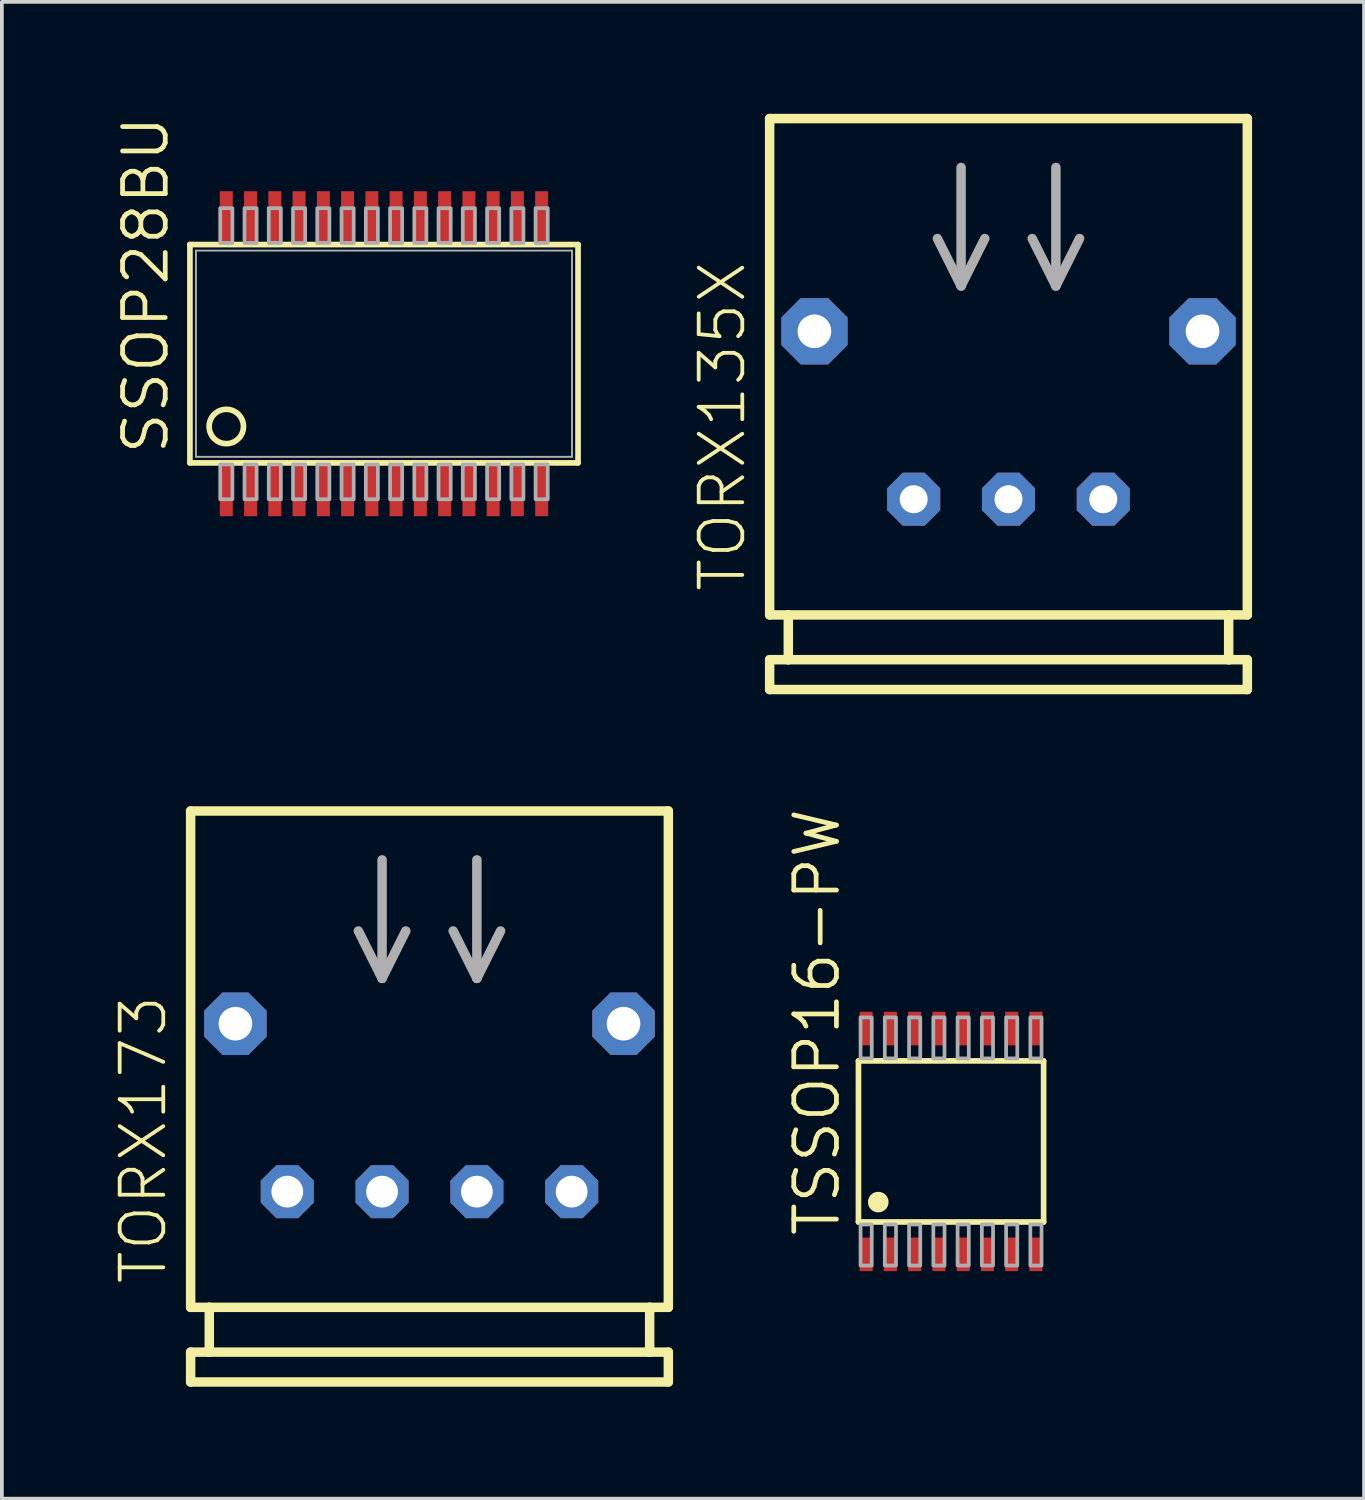
<source format=kicad_pcb>
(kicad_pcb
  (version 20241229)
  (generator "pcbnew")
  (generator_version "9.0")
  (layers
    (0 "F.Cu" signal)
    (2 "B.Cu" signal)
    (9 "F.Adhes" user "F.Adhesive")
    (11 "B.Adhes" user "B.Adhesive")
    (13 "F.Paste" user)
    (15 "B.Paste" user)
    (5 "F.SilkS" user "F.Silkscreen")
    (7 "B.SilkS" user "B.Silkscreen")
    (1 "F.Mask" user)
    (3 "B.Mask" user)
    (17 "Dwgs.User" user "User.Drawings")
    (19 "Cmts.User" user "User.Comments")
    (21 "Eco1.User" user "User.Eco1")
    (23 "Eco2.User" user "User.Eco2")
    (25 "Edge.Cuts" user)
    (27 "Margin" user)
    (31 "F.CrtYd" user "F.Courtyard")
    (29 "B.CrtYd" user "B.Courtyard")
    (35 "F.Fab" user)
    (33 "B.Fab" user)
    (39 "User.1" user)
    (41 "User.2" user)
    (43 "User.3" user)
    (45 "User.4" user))
  (footprint "TSSOP16-PW"
    (layer "F.Cu")
    (at 22.434 27.536)
    (property "Reference" "TSSOP16-PW" (at -2.925 2.6 90) (unlocked yes) (layer "F.SilkS") (effects (font (size 1.143 1.143) (thickness 0.127)) (justify left bottom)))
    (fp_line (start -2.481 -2.158) (end -2.481 2.158) (stroke (width 0.152) (type solid)) (layer "F.SilkS"))
    (fp_line (start -2.481 2.158) (end 2.48 2.158) (stroke (width 0.152) (type solid)) (layer "F.SilkS"))
    (fp_line (start 2.48 -2.158) (end -2.481 -2.158) (stroke (width 0.152) (type solid)) (layer "F.SilkS"))
    (fp_line (start 2.48 2.158) (end 2.48 -2.158) (stroke (width 0.152) (type solid)) (layer "F.SilkS"))
    (fp_circle (center -1.95 1.625) (end -1.812 1.625) (stroke (width 0.276) (type solid)) (fill yes) (layer "F.SilkS"))
    (fp_poly (pts (xy -2.425 3.325) (xy -2.125 3.325) (xy -2.125 2.225) (xy -2.425 2.225)) (stroke (width 0.1) (type default)) (fill no) (layer "F.Fab"))
    (fp_poly (pts (xy -2.125 -3.325) (xy -2.425 -3.325) (xy -2.425 -2.225) (xy -2.125 -2.225)) (stroke (width 0.1) (type default)) (fill no) (layer "F.Fab"))
    (fp_poly (pts (xy -1.775 3.325) (xy -1.475 3.325) (xy -1.475 2.225) (xy -1.775 2.225)) (stroke (width 0.1) (type default)) (fill no) (layer "F.Fab"))
    (fp_poly (pts (xy -1.475 -3.325) (xy -1.775 -3.325) (xy -1.775 -2.225) (xy -1.475 -2.225)) (stroke (width 0.1) (type default)) (fill no) (layer "F.Fab"))
    (fp_poly (pts (xy -1.125 3.325) (xy -0.825 3.325) (xy -0.825 2.225) (xy -1.125 2.225)) (stroke (width 0.1) (type default)) (fill no) (layer "F.Fab"))
    (fp_poly (pts (xy -0.825 -3.325) (xy -1.125 -3.325) (xy -1.125 -2.225) (xy -0.825 -2.225)) (stroke (width 0.1) (type default)) (fill no) (layer "F.Fab"))
    (fp_poly (pts (xy -0.475 3.325) (xy -0.175 3.325) (xy -0.175 2.225) (xy -0.475 2.225)) (stroke (width 0.1) (type default)) (fill no) (layer "F.Fab"))
    (fp_poly (pts (xy -0.175 -3.325) (xy -0.475 -3.325) (xy -0.475 -2.225) (xy -0.175 -2.225)) (stroke (width 0.1) (type default)) (fill no) (layer "F.Fab"))
    (fp_poly (pts (xy 0.175 3.325) (xy 0.475 3.325) (xy 0.475 2.225) (xy 0.175 2.225)) (stroke (width 0.1) (type default)) (fill no) (layer "F.Fab"))
    (fp_poly (pts (xy 0.475 -3.325) (xy 0.175 -3.325) (xy 0.175 -2.225) (xy 0.475 -2.225)) (stroke (width 0.1) (type default)) (fill no) (layer "F.Fab"))
    (fp_poly (pts (xy 0.825 3.325) (xy 1.125 3.325) (xy 1.125 2.225) (xy 0.825 2.225)) (stroke (width 0.1) (type default)) (fill no) (layer "F.Fab"))
    (fp_poly (pts (xy 1.125 -3.325) (xy 0.825 -3.325) (xy 0.825 -2.225) (xy 1.125 -2.225)) (stroke (width 0.1) (type default)) (fill no) (layer "F.Fab"))
    (fp_poly (pts (xy 1.475 3.325) (xy 1.775 3.325) (xy 1.775 2.225) (xy 1.475 2.225)) (stroke (width 0.1) (type default)) (fill no) (layer "F.Fab"))
    (fp_poly (pts (xy 1.775 -3.325) (xy 1.475 -3.325) (xy 1.475 -2.225) (xy 1.775 -2.225)) (stroke (width 0.1) (type default)) (fill no) (layer "F.Fab"))
    (fp_poly (pts (xy 2.125 3.325) (xy 2.425 3.325) (xy 2.425 2.225) (xy 2.125 2.225)) (stroke (width 0.1) (type default)) (fill no) (layer "F.Fab"))
    (fp_poly (pts (xy 2.425 -3.325) (xy 2.125 -3.325) (xy 2.125 -2.225) (xy 2.425 -2.225)) (stroke (width 0.1) (type default)) (fill no) (layer "F.Fab"))
    (pad "1" smd rect (at -2.275 3.025) (size 0.35 0.9) (layers "F.Cu" "F.Mask" "F.Paste"))
    (pad "2" smd rect (at -1.625 3.025) (size 0.35 0.9) (layers "F.Cu" "F.Mask" "F.Paste"))
    (pad "3" smd rect (at -0.975 3.025) (size 0.35 0.9) (layers "F.Cu" "F.Mask" "F.Paste"))
    (pad "4" smd rect (at -0.325 3.025) (size 0.35 0.9) (layers "F.Cu" "F.Mask" "F.Paste"))
    (pad "5" smd rect (at 0.325 3.025) (size 0.35 0.9) (layers "F.Cu" "F.Mask" "F.Paste"))
    (pad "6" smd rect (at 0.975 3.025) (size 0.35 0.9) (layers "F.Cu" "F.Mask" "F.Paste"))
    (pad "7" smd rect (at 1.625 3.025) (size 0.35 0.9) (layers "F.Cu" "F.Mask" "F.Paste"))
    (pad "8" smd rect (at 2.275 3.025) (size 0.35 0.9) (layers "F.Cu" "F.Mask" "F.Paste"))
    (pad "9" smd rect (at 2.275 -3.025 180) (size 0.35 0.9) (layers "F.Cu" "F.Mask" "F.Paste"))
    (pad "10" smd rect (at 1.625 -3.025 180) (size 0.35 0.9) (layers "F.Cu" "F.Mask" "F.Paste"))
    (pad "11" smd rect (at 0.975 -3.025 180) (size 0.35 0.9) (layers "F.Cu" "F.Mask" "F.Paste"))
    (pad "12" smd rect (at 0.325 -3.025 180) (size 0.35 0.9) (layers "F.Cu" "F.Mask" "F.Paste"))
    (pad "13" smd rect (at -0.325 -3.025 180) (size 0.35 0.9) (layers "F.Cu" "F.Mask" "F.Paste"))
    (pad "14" smd rect (at -0.975 -3.025 180) (size 0.35 0.9) (layers "F.Cu" "F.Mask" "F.Paste"))
    (pad "15" smd rect (at -1.625 -3.025 180) (size 0.35 0.9) (layers "F.Cu" "F.Mask" "F.Paste"))
    (pad "16" smd rect (at -2.275 -3.025 180) (size 0.35 0.9) (layers "F.Cu" "F.Mask" "F.Paste")))
  (footprint "SSOP28BU"
    (layer "F.Cu")
    (at 7.239 6.428)
    (property "Reference" "SSOP28BU" (at -5.715 2.76 90) (unlocked yes) (layer "F.SilkS") (effects (font (size 1.143 1.143) (thickness 0.127)) (justify left bottom)))
    (fp_line (start -5.2 -2.925) (end 5.2 -2.925) (stroke (width 0.152) (type solid)) (layer "F.SilkS"))
    (fp_line (start -5.2 2.925) (end -5.2 -2.925) (stroke (width 0.152) (type solid)) (layer "F.SilkS"))
    (fp_line (start 5.2 -2.925) (end 5.2 2.925) (stroke (width 0.152) (type solid)) (layer "F.SilkS"))
    (fp_line (start 5.2 2.925) (end -5.2 2.925) (stroke (width 0.152) (type solid)) (layer "F.SilkS"))
    (fp_circle (center -4.225 1.95) (end -3.765 1.95) (stroke (width 0.152) (type solid)) (fill no) (layer "F.SilkS"))
    (fp_line (start -5.038 -2.763) (end 5.038 -2.763) (stroke (width 0.051) (type solid)) (layer "F.Fab"))
    (fp_line (start -5.038 2.763) (end -5.038 -2.763) (stroke (width 0.051) (type solid)) (layer "F.Fab"))
    (fp_line (start 5.038 -2.763) (end 5.038 2.763) (stroke (width 0.051) (type solid)) (layer "F.Fab"))
    (fp_line (start 5.038 2.763) (end -5.038 2.763) (stroke (width 0.051) (type solid)) (layer "F.Fab"))
    (fp_poly (pts (xy -4.388 -2.966) (xy -4.062 -2.966) (xy -4.062 -3.9) (xy -4.388 -3.9)) (stroke (width 0.1) (type default)) (fill no) (layer "F.Fab"))
    (fp_poly (pts (xy -4.388 3.9) (xy -4.062 3.9) (xy -4.062 2.966) (xy -4.388 2.966)) (stroke (width 0.1) (type default)) (fill no) (layer "F.Fab"))
    (fp_poly (pts (xy -3.737 -2.966) (xy -3.413 -2.966) (xy -3.413 -3.9) (xy -3.737 -3.9)) (stroke (width 0.1) (type default)) (fill no) (layer "F.Fab"))
    (fp_poly (pts (xy -3.737 3.9) (xy -3.413 3.9) (xy -3.413 2.966) (xy -3.737 2.966)) (stroke (width 0.1) (type default)) (fill no) (layer "F.Fab"))
    (fp_poly (pts (xy -3.087 -2.966) (xy -2.763 -2.966) (xy -2.763 -3.9) (xy -3.087 -3.9)) (stroke (width 0.1) (type default)) (fill no) (layer "F.Fab"))
    (fp_poly (pts (xy -3.087 3.9) (xy -2.763 3.9) (xy -2.763 2.966) (xy -3.087 2.966)) (stroke (width 0.1) (type default)) (fill no) (layer "F.Fab"))
    (fp_poly (pts (xy -2.438 -2.966) (xy -2.112 -2.966) (xy -2.112 -3.9) (xy -2.438 -3.9)) (stroke (width 0.1) (type default)) (fill no) (layer "F.Fab"))
    (fp_poly (pts (xy -2.438 3.9) (xy -2.112 3.9) (xy -2.112 2.966) (xy -2.438 2.966)) (stroke (width 0.1) (type default)) (fill no) (layer "F.Fab"))
    (fp_poly (pts (xy -1.788 -2.966) (xy -1.462 -2.966) (xy -1.462 -3.9) (xy -1.788 -3.9)) (stroke (width 0.1) (type default)) (fill no) (layer "F.Fab"))
    (fp_poly (pts (xy -1.788 3.9) (xy -1.462 3.9) (xy -1.462 2.966) (xy -1.788 2.966)) (stroke (width 0.1) (type default)) (fill no) (layer "F.Fab"))
    (fp_poly (pts (xy -1.137 -2.966) (xy -0.812 -2.966) (xy -0.812 -3.9) (xy -1.137 -3.9)) (stroke (width 0.1) (type default)) (fill no) (layer "F.Fab"))
    (fp_poly (pts (xy -1.137 3.9) (xy -0.812 3.9) (xy -0.812 2.966) (xy -1.137 2.966)) (stroke (width 0.1) (type default)) (fill no) (layer "F.Fab"))
    (fp_poly (pts (xy -0.487 -2.966) (xy -0.163 -2.966) (xy -0.163 -3.9) (xy -0.487 -3.9)) (stroke (width 0.1) (type default)) (fill no) (layer "F.Fab"))
    (fp_poly (pts (xy -0.487 3.9) (xy -0.163 3.9) (xy -0.163 2.966) (xy -0.487 2.966)) (stroke (width 0.1) (type default)) (fill no) (layer "F.Fab"))
    (fp_poly (pts (xy 0.163 -2.966) (xy 0.487 -2.966) (xy 0.487 -3.9) (xy 0.163 -3.9)) (stroke (width 0.1) (type default)) (fill no) (layer "F.Fab"))
    (fp_poly (pts (xy 0.163 3.9) (xy 0.487 3.9) (xy 0.487 2.966) (xy 0.163 2.966)) (stroke (width 0.1) (type default)) (fill no) (layer "F.Fab"))
    (fp_poly (pts (xy 0.812 -2.966) (xy 1.137 -2.966) (xy 1.137 -3.9) (xy 0.812 -3.9)) (stroke (width 0.1) (type default)) (fill no) (layer "F.Fab"))
    (fp_poly (pts (xy 0.812 3.9) (xy 1.137 3.9) (xy 1.137 2.966) (xy 0.812 2.966)) (stroke (width 0.1) (type default)) (fill no) (layer "F.Fab"))
    (fp_poly (pts (xy 1.462 -2.966) (xy 1.788 -2.966) (xy 1.788 -3.9) (xy 1.462 -3.9)) (stroke (width 0.1) (type default)) (fill no) (layer "F.Fab"))
    (fp_poly (pts (xy 1.462 3.9) (xy 1.788 3.9) (xy 1.788 2.966) (xy 1.462 2.966)) (stroke (width 0.1) (type default)) (fill no) (layer "F.Fab"))
    (fp_poly (pts (xy 2.112 -2.966) (xy 2.438 -2.966) (xy 2.438 -3.9) (xy 2.112 -3.9)) (stroke (width 0.1) (type default)) (fill no) (layer "F.Fab"))
    (fp_poly (pts (xy 2.112 3.9) (xy 2.438 3.9) (xy 2.438 2.966) (xy 2.112 2.966)) (stroke (width 0.1) (type default)) (fill no) (layer "F.Fab"))
    (fp_poly (pts (xy 2.763 -2.966) (xy 3.087 -2.966) (xy 3.087 -3.9) (xy 2.763 -3.9)) (stroke (width 0.1) (type default)) (fill no) (layer "F.Fab"))
    (fp_poly (pts (xy 2.763 3.9) (xy 3.087 3.9) (xy 3.087 2.966) (xy 2.763 2.966)) (stroke (width 0.1) (type default)) (fill no) (layer "F.Fab"))
    (fp_poly (pts (xy 3.413 -2.966) (xy 3.737 -2.966) (xy 3.737 -3.9) (xy 3.413 -3.9)) (stroke (width 0.1) (type default)) (fill no) (layer "F.Fab"))
    (fp_poly (pts (xy 3.413 3.9) (xy 3.737 3.9) (xy 3.737 2.966) (xy 3.413 2.966)) (stroke (width 0.1) (type default)) (fill no) (layer "F.Fab"))
    (fp_poly (pts (xy 4.062 -2.966) (xy 4.388 -2.966) (xy 4.388 -3.9) (xy 4.062 -3.9)) (stroke (width 0.1) (type default)) (fill no) (layer "F.Fab"))
    (fp_poly (pts (xy 4.062 3.9) (xy 4.388 3.9) (xy 4.388 2.966) (xy 4.062 2.966)) (stroke (width 0.1) (type default)) (fill no) (layer "F.Fab"))
    (pad "1" smd rect (at -4.225 3.656) (size 0.348 1.397) (layers "F.Cu" "F.Mask" "F.Paste"))
    (pad "2" smd rect (at -3.575 3.656) (size 0.348 1.397) (layers "F.Cu" "F.Mask" "F.Paste"))
    (pad "3" smd rect (at -2.925 3.656) (size 0.348 1.397) (layers "F.Cu" "F.Mask" "F.Paste"))
    (pad "4" smd rect (at -2.275 3.656) (size 0.348 1.397) (layers "F.Cu" "F.Mask" "F.Paste"))
    (pad "5" smd rect (at -1.625 3.656) (size 0.348 1.397) (layers "F.Cu" "F.Mask" "F.Paste"))
    (pad "6" smd rect (at -0.975 3.656) (size 0.348 1.397) (layers "F.Cu" "F.Mask" "F.Paste"))
    (pad "7" smd rect (at -0.325 3.656) (size 0.348 1.397) (layers "F.Cu" "F.Mask" "F.Paste"))
    (pad "8" smd rect (at 0.325 3.656) (size 0.348 1.397) (layers "F.Cu" "F.Mask" "F.Paste"))
    (pad "9" smd rect (at 0.975 3.656) (size 0.348 1.397) (layers "F.Cu" "F.Mask" "F.Paste"))
    (pad "10" smd rect (at 1.625 3.656) (size 0.348 1.397) (layers "F.Cu" "F.Mask" "F.Paste"))
    (pad "11" smd rect (at 2.275 3.656) (size 0.348 1.397) (layers "F.Cu" "F.Mask" "F.Paste"))
    (pad "12" smd rect (at 2.925 3.656) (size 0.348 1.397) (layers "F.Cu" "F.Mask" "F.Paste"))
    (pad "13" smd rect (at 3.575 3.656) (size 0.348 1.397) (layers "F.Cu" "F.Mask" "F.Paste"))
    (pad "14" smd rect (at 4.225 3.656) (size 0.348 1.397) (layers "F.Cu" "F.Mask" "F.Paste"))
    (pad "15" smd rect (at 4.225 -3.656) (size 0.348 1.397) (layers "F.Cu" "F.Mask" "F.Paste"))
    (pad "16" smd rect (at 3.575 -3.656) (size 0.348 1.397) (layers "F.Cu" "F.Mask" "F.Paste"))
    (pad "17" smd rect (at 2.925 -3.656) (size 0.348 1.397) (layers "F.Cu" "F.Mask" "F.Paste"))
    (pad "18" smd rect (at 2.275 -3.656) (size 0.348 1.397) (layers "F.Cu" "F.Mask" "F.Paste"))
    (pad "19" smd rect (at 1.625 -3.656) (size 0.348 1.397) (layers "F.Cu" "F.Mask" "F.Paste"))
    (pad "20" smd rect (at 0.975 -3.656) (size 0.348 1.397) (layers "F.Cu" "F.Mask" "F.Paste"))
    (pad "21" smd rect (at 0.325 -3.656) (size 0.348 1.397) (layers "F.Cu" "F.Mask" "F.Paste"))
    (pad "22" smd rect (at -0.325 -3.656) (size 0.348 1.397) (layers "F.Cu" "F.Mask" "F.Paste"))
    (pad "23" smd rect (at -0.975 -3.656) (size 0.348 1.397) (layers "F.Cu" "F.Mask" "F.Paste"))
    (pad "24" smd rect (at -1.625 -3.656) (size 0.348 1.397) (layers "F.Cu" "F.Mask" "F.Paste"))
    (pad "25" smd rect (at -2.275 -3.656) (size 0.348 1.397) (layers "F.Cu" "F.Mask" "F.Paste"))
    (pad "26" smd rect (at -2.925 -3.656) (size 0.348 1.397) (layers "F.Cu" "F.Mask" "F.Paste"))
    (pad "27" smd rect (at -3.575 -3.656) (size 0.348 1.397) (layers "F.Cu" "F.Mask" "F.Paste"))
    (pad "28" smd rect (at -4.225 -3.656) (size 0.348 1.397) (layers "F.Cu" "F.Mask" "F.Paste")))
  (footprint "TORX173"
    (layer "F.Cu")
    (at 8.458 28.881)
    (property "Reference" "TORX173" (at -6.985 2.54 90) (unlocked yes) (layer "F.SilkS") (effects (font (size 1.168 1.168) (thickness 0.102)) (justify left bottom)))
    (fp_line (start -6.4 -10.2) (end -6.4 3.1) (stroke (width 0.254) (type solid)) (layer "F.SilkS"))
    (fp_line (start -6.4 3.1) (end -5.9 3.1) (stroke (width 0.254) (type solid)) (layer "F.SilkS"))
    (fp_line (start -6.4 4.3) (end -6.4 5.1) (stroke (width 0.254) (type solid)) (layer "F.SilkS"))
    (fp_line (start -6.4 5.1) (end 6.4 5.1) (stroke (width 0.254) (type solid)) (layer "F.SilkS"))
    (fp_line (start -5.9 3.1) (end -5.9 4.3) (stroke (width 0.254) (type solid)) (layer "F.SilkS"))
    (fp_line (start -5.9 4.3) (end -6.4 4.3) (stroke (width 0.254) (type solid)) (layer "F.SilkS"))
    (fp_line (start 5.9 3.1) (end -5.9 3.1) (stroke (width 0.254) (type solid)) (layer "F.SilkS"))
    (fp_line (start 5.9 3.1) (end 6.4 3.1) (stroke (width 0.254) (type solid)) (layer "F.SilkS"))
    (fp_line (start 5.9 4.3) (end -5.9 4.3) (stroke (width 0.254) (type solid)) (layer "F.SilkS"))
    (fp_line (start 5.9 4.3) (end 5.9 3.1) (stroke (width 0.254) (type solid)) (layer "F.SilkS"))
    (fp_line (start 6.4 -10.2) (end -6.4 -10.2) (stroke (width 0.254) (type solid)) (layer "F.SilkS"))
    (fp_line (start 6.4 3.1) (end 6.4 -10.2) (stroke (width 0.254) (type solid)) (layer "F.SilkS"))
    (fp_line (start 6.4 4.3) (end 5.9 4.3) (stroke (width 0.254) (type solid)) (layer "F.SilkS"))
    (fp_line (start 6.4 5.1) (end 6.4 4.3) (stroke (width 0.254) (type solid)) (layer "F.SilkS"))
    (fp_line (start -1.27 -8.89) (end -1.27 -5.715) (stroke (width 0.254) (type solid)) (layer "F.Fab"))
    (fp_line (start -1.27 -5.715) (end -1.905 -6.985) (stroke (width 0.254) (type solid)) (layer "F.Fab"))
    (fp_line (start -0.635 -6.985) (end -1.27 -5.715) (stroke (width 0.254) (type solid)) (layer "F.Fab"))
    (fp_line (start 1.27 -8.89) (end 1.27 -5.715) (stroke (width 0.254) (type solid)) (layer "F.Fab"))
    (fp_line (start 1.27 -5.715) (end 0.635 -6.985) (stroke (width 0.254) (type solid)) (layer "F.Fab"))
    (fp_line (start 1.905 -6.985) (end 1.27 -5.715) (stroke (width 0.254) (type solid)) (layer "F.Fab"))
    (pad "1" thru_hole roundrect (at -3.81 0) (size 1.422 1.422) (drill 0.85) (layers "*.Cu" "*.Mask") (roundrect_rratio 0.25) (chamfer_ratio 0.293) (chamfer top_left top_right bottom_left bottom_right))
    (pad "2" thru_hole roundrect (at -1.27 0) (size 1.422 1.422) (drill 0.85) (layers "*.Cu" "*.Mask") (roundrect_rratio 0.25) (chamfer_ratio 0.293) (chamfer top_left top_right bottom_left bottom_right))
    (pad "3" thru_hole roundrect (at 1.27 0) (size 1.422 1.422) (drill 0.85) (layers "*.Cu" "*.Mask") (roundrect_rratio 0.25) (chamfer_ratio 0.293) (chamfer top_left top_right bottom_left bottom_right))
    (pad "4" thru_hole roundrect (at 3.81 0) (size 1.422 1.422) (drill 0.85) (layers "*.Cu" "*.Mask") (roundrect_rratio 0.25) (chamfer_ratio 0.293) (chamfer top_left top_right bottom_left bottom_right))
    (pad "5" thru_hole roundrect (at 5.2 -4.5) (size 1.676 1.676) (drill 0.9) (layers "*.Cu" "*.Mask") (roundrect_rratio 0.25) (chamfer_ratio 0.293) (chamfer top_left top_right bottom_left bottom_right))
    (pad "6" thru_hole roundrect (at -5.2 -4.5) (size 1.676 1.676) (drill 0.9) (layers "*.Cu" "*.Mask") (roundrect_rratio 0.25) (chamfer_ratio 0.293) (chamfer top_left top_right bottom_left bottom_right)))
  (footprint "TORX135X"
    (layer "F.Cu")
    (at 23.973 6.517)
    (property "Reference" "TORX135X" (at -6.985 6.35 90) (unlocked yes) (layer "F.SilkS") (effects (font (size 1.168 1.168) (thickness 0.102)) (justify left bottom)))
    (fp_line (start -6.4 -6.39) (end -6.4 6.91) (stroke (width 0.254) (type solid)) (layer "F.SilkS"))
    (fp_line (start -6.4 6.91) (end -5.9 6.91) (stroke (width 0.254) (type solid)) (layer "F.SilkS"))
    (fp_line (start -6.4 8.11) (end -6.4 8.91) (stroke (width 0.254) (type solid)) (layer "F.SilkS"))
    (fp_line (start -6.4 8.91) (end 6.4 8.91) (stroke (width 0.254) (type solid)) (layer "F.SilkS"))
    (fp_line (start -5.9 6.91) (end -5.9 8.11) (stroke (width 0.254) (type solid)) (layer "F.SilkS"))
    (fp_line (start -5.9 8.11) (end -6.4 8.11) (stroke (width 0.254) (type solid)) (layer "F.SilkS"))
    (fp_line (start 5.9 6.91) (end -5.9 6.91) (stroke (width 0.254) (type solid)) (layer "F.SilkS"))
    (fp_line (start 5.9 6.91) (end 6.4 6.91) (stroke (width 0.254) (type solid)) (layer "F.SilkS"))
    (fp_line (start 5.9 8.11) (end -5.9 8.11) (stroke (width 0.254) (type solid)) (layer "F.SilkS"))
    (fp_line (start 5.9 8.11) (end 5.9 6.91) (stroke (width 0.254) (type solid)) (layer "F.SilkS"))
    (fp_line (start 6.4 -6.39) (end -6.4 -6.39) (stroke (width 0.254) (type solid)) (layer "F.SilkS"))
    (fp_line (start 6.4 6.91) (end 6.4 -6.39) (stroke (width 0.254) (type solid)) (layer "F.SilkS"))
    (fp_line (start 6.4 8.11) (end 5.9 8.11) (stroke (width 0.254) (type solid)) (layer "F.SilkS"))
    (fp_line (start 6.4 8.91) (end 6.4 8.11) (stroke (width 0.254) (type solid)) (layer "F.SilkS"))
    (fp_line (start -1.27 -5.08) (end -1.27 -1.905) (stroke (width 0.254) (type solid)) (layer "F.Fab"))
    (fp_line (start -1.27 -1.905) (end -1.905 -3.175) (stroke (width 0.254) (type solid)) (layer "F.Fab"))
    (fp_line (start -0.635 -3.175) (end -1.27 -1.905) (stroke (width 0.254) (type solid)) (layer "F.Fab"))
    (fp_line (start 1.27 -5.08) (end 1.27 -1.905) (stroke (width 0.254) (type solid)) (layer "F.Fab"))
    (fp_line (start 1.27 -1.905) (end 0.635 -3.175) (stroke (width 0.254) (type solid)) (layer "F.Fab"))
    (fp_line (start 1.905 -3.175) (end 1.27 -1.905) (stroke (width 0.254) (type solid)) (layer "F.Fab"))
    (pad "1" thru_hole roundrect (at -2.54 3.81) (size 1.422 1.422) (drill 0.75) (layers "*.Cu" "*.Mask") (roundrect_rratio 0.25) (chamfer_ratio 0.293) (chamfer top_left top_right bottom_left bottom_right))
    (pad "2" thru_hole roundrect (at 0 3.81) (size 1.422 1.422) (drill 0.75) (layers "*.Cu" "*.Mask") (roundrect_rratio 0.25) (chamfer_ratio 0.293) (chamfer top_left top_right bottom_left bottom_right))
    (pad "3" thru_hole roundrect (at 2.54 3.81) (size 1.422 1.422) (drill 0.75) (layers "*.Cu" "*.Mask") (roundrect_rratio 0.25) (chamfer_ratio 0.293) (chamfer top_left top_right bottom_left bottom_right))
    (pad "5" thru_hole roundrect (at 5.2 -0.69) (size 1.778 1.778) (drill 0.9) (layers "*.Cu" "*.Mask") (roundrect_rratio 0.25) (chamfer_ratio 0.293) (chamfer top_left top_right bottom_left bottom_right))
    (pad "6" thru_hole roundrect (at -5.2 -0.69) (size 1.778 1.778) (drill 0.9) (layers "*.Cu" "*.Mask") (roundrect_rratio 0.25) (chamfer_ratio 0.293) (chamfer top_left top_right bottom_left bottom_right)))
  (gr_rect
    (start -3 -3)
    (end 33.5 37.108)
    (stroke (width 0.1) (type default))
    (fill no)
    (layer "Edge.Cuts")))
</source>
